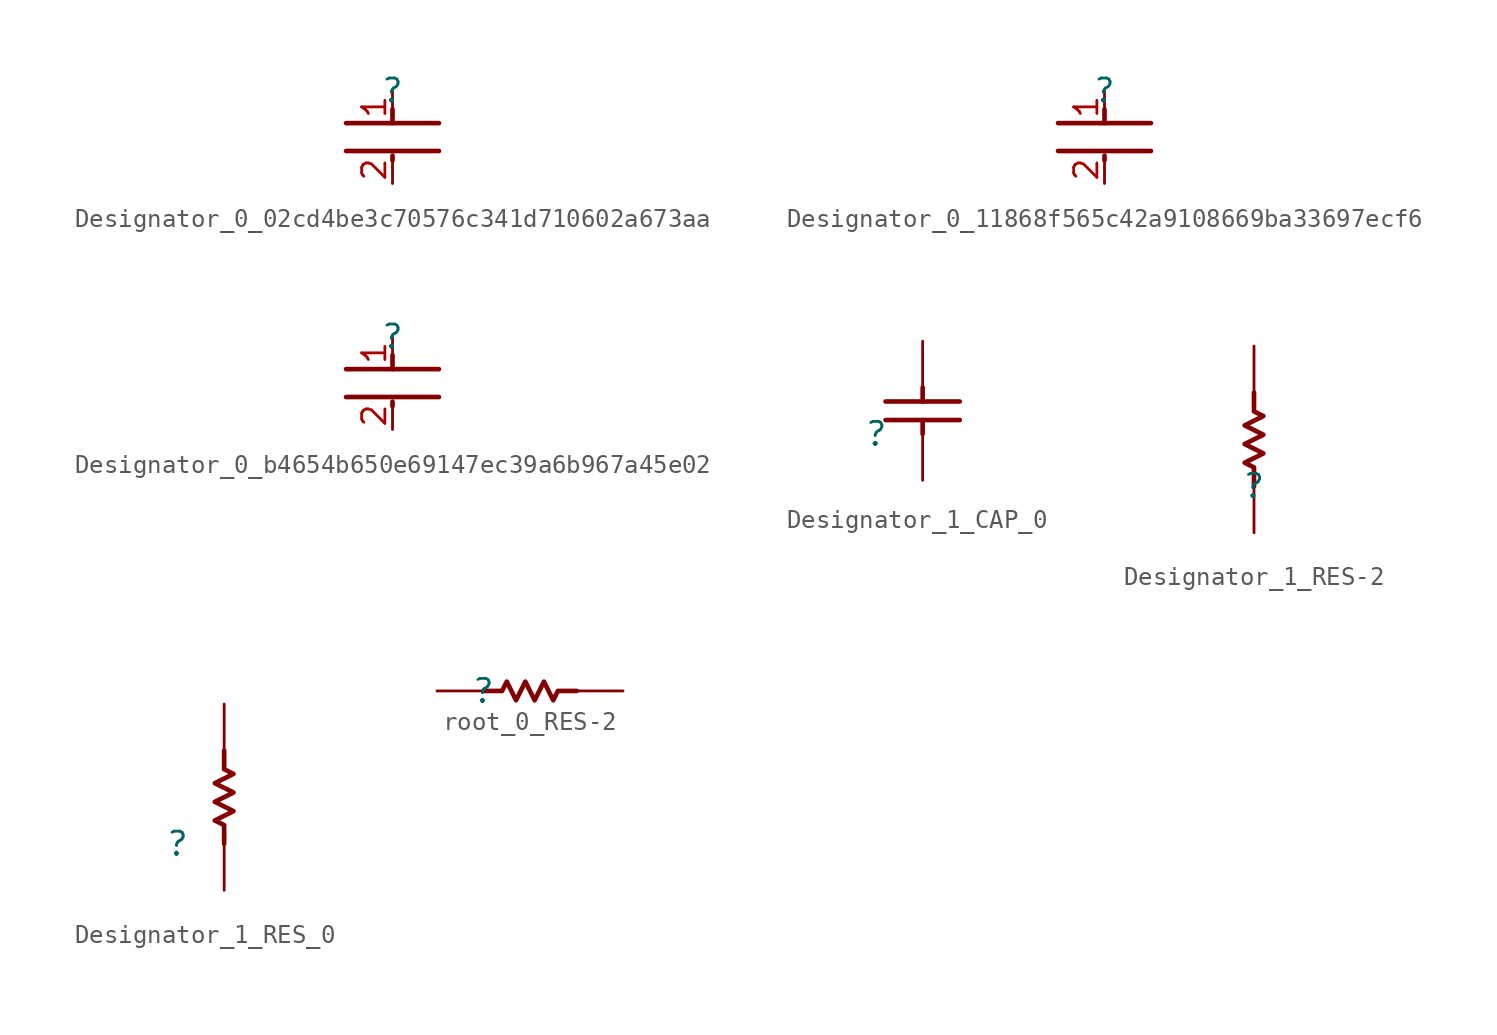
<source format=kicad_sym>
(kicad_symbol_lib
  (version 20231120)
  (generator "kicad_symbol_editor")
  (generator_version "8.0")
  (symbol "Designator_0_02cd4be3c70576c341d710602a673aa"
    (property "Reference" ""
      (at 0 0 0)
      (effects (font (size 1.27 1.27))))
    (property "Value" ""
      (at 0 0 0)
      (effects (font (size 1.27 1.27))))
    (symbol "Designator_0_02cd4be3c70576c341d710602a673aa_1_0"
      (polyline (pts (xy 0 -3.556) (xy 0 -3.81)) (stroke (width 0.254) (type solid)) (fill (type none)))
      (polyline (pts (xy 0 -1.778) (xy 0 -1.016)) (stroke (width 0.254) (type solid)) (fill (type none)))
      (polyline (pts (xy 2.54 -3.302) (xy -2.54 -3.302)) (stroke (width 0.254) (type solid)) (fill (type none)))
      (polyline (pts (xy 2.54 -1.778) (xy -2.54 -1.778)) (stroke (width 0.254) (type solid)) (fill (type none)))
      (pin passive line (at 0 0 270) (length 1.778) (name "1" (effects (font (size 0 0)))) (number "1" (effects (font (size 1.27 1.27)))))
      (pin passive line (at 0 -5.08 90) (length 1.524) (name "2" (effects (font (size 0 0)))) (number "2" (effects (font (size 1.27 1.27)))))))
  (symbol "Designator_0_11868f565c42a9108669ba33697ecf6"
    (property "Reference" ""
      (at 0 0 0)
      (effects (font (size 1.27 1.27))))
    (property "Value" ""
      (at 0 0 0)
      (effects (font (size 1.27 1.27))))
    (symbol "Designator_0_11868f565c42a9108669ba33697ecf6_1_0"
      (polyline (pts (xy 0 -3.556) (xy 0 -3.81)) (stroke (width 0.254) (type solid)) (fill (type none)))
      (polyline (pts (xy 0 -1.778) (xy 0 -1.016)) (stroke (width 0.254) (type solid)) (fill (type none)))
      (polyline (pts (xy 2.54 -3.302) (xy -2.54 -3.302)) (stroke (width 0.254) (type solid)) (fill (type none)))
      (polyline (pts (xy 2.54 -1.778) (xy -2.54 -1.778)) (stroke (width 0.254) (type solid)) (fill (type none)))
      (pin passive line (at 0 0 270) (length 1.778) (name "1" (effects (font (size 0 0)))) (number "1" (effects (font (size 1.27 1.27)))))
      (pin passive line (at 0 -5.08 90) (length 1.524) (name "2" (effects (font (size 0 0)))) (number "2" (effects (font (size 1.27 1.27)))))))
  (symbol "Designator_0_b4654b650e69147ec39a6b967a45e02"
    (property "Reference" ""
      (at 0 0 0)
      (effects (font (size 1.27 1.27))))
    (property "Value" ""
      (at 0 0 0)
      (effects (font (size 1.27 1.27))))
    (symbol "Designator_0_b4654b650e69147ec39a6b967a45e02_1_0"
      (polyline (pts (xy 0 -3.556) (xy 0 -3.81)) (stroke (width 0.254) (type solid)) (fill (type none)))
      (polyline (pts (xy 0 -1.778) (xy 0 -1.016)) (stroke (width 0.254) (type solid)) (fill (type none)))
      (polyline (pts (xy 2.54 -3.302) (xy -2.54 -3.302)) (stroke (width 0.254) (type solid)) (fill (type none)))
      (polyline (pts (xy 2.54 -1.778) (xy -2.54 -1.778)) (stroke (width 0.254) (type solid)) (fill (type none)))
      (pin passive line (at 0 0 270) (length 1.778) (name "1" (effects (font (size 0 0)))) (number "1" (effects (font (size 1.27 1.27)))))
      (pin passive line (at 0 -5.08 90) (length 1.524) (name "2" (effects (font (size 0 0)))) (number "2" (effects (font (size 1.27 1.27)))))))
  (symbol "Designator_1_CAP_0"
    (property "Reference" ""
      (at 0 0 0)
      (effects (font (size 1.27 1.27))))
    (property "Value" ""
      (at 0 0 0)
      (effects (font (size 1.27 1.27))))
    (symbol "Designator_1_CAP_0_1_0"
      (polyline (pts (xy 0.508 1.778) (xy 4.572 1.778)) (stroke (width 0.254) (type solid)) (fill (type none)))
      (polyline (pts (xy 2.54 0) (xy 2.54 0.762)) (stroke (width 0.254) (type solid)) (fill (type none)))
      (polyline (pts (xy 2.54 2.54) (xy 2.54 1.778)) (stroke (width 0.254) (type solid)) (fill (type none)))
      (polyline (pts (xy 4.572 0.762) (xy 0.508 0.762)) (stroke (width 0.254) (type solid)) (fill (type none)))
      (pin passive line (at 2.54 -2.54 90) (length 2.54) (name "1" (effects (font (size 0 0)))) (number "1" (effects (font (size 0 0)))))
      (pin passive line (at 2.54 5.08 270) (length 2.54) (name "2" (effects (font (size 0 0)))) (number "2" (effects (font (size 0 0)))))))
  (symbol "Designator_1_RES-2"
    (property "Reference" ""
      (at 0 0 0)
      (effects (font (size 1.27 1.27))))
    (property "Value" ""
      (at 0 0 0)
      (effects (font (size 1.27 1.27))))
    (symbol "Designator_1_RES-2_1_0"
      (polyline (pts (xy 0 5.08) (xy 0 4.064) (xy 0.508 3.81) (xy -0.508 3.302) (xy 0.508 2.794) (xy -0.508 2.286) (xy 0.508 1.778) (xy -0.508 1.27) (xy 0 1.016) (xy 0 0)) (stroke (width 0.254) (type solid)) (fill (type none)))
      (pin passive line (at 0 -2.54 90) (length 2.54) (name "1" (effects (font (size 0 0)))) (number "1" (effects (font (size 0 0)))))
      (pin passive line (at 0 7.62 270) (length 2.54) (name "2" (effects (font (size 0 0)))) (number "2" (effects (font (size 0 0)))))))
  (symbol "Designator_1_RES_0"
    (property "Reference" ""
      (at 0 0 0)
      (effects (font (size 1.27 1.27))))
    (property "Value" ""
      (at 0 0 0)
      (effects (font (size 1.27 1.27))))
    (symbol "Designator_1_RES_0_1_0"
      (polyline (pts (xy 2.54 5.08) (xy 2.54 4.064) (xy 3.048 3.81) (xy 2.032 3.302) (xy 3.048 2.794) (xy 2.032 2.286) (xy 3.048 1.778) (xy 2.032 1.27) (xy 2.54 1.016) (xy 2.54 0)) (stroke (width 0.254) (type solid)) (fill (type none)))
      (pin passive line (at 2.54 -2.54 90) (length 2.54) (name "1" (effects (font (size 0 0)))) (number "1" (effects (font (size 0 0)))))
      (pin passive line (at 2.54 7.62 270) (length 2.54) (name "2" (effects (font (size 0 0)))) (number "2" (effects (font (size 0 0)))))))
  (symbol "root_0_RES-2"
    (property "Reference" ""
      (at 0 0 0)
      (effects (font (size 1.27 1.27))))
    (property "Value" ""
      (at 0 0 0)
      (effects (font (size 1.27 1.27))))
    (symbol "root_0_RES-2_1_0"
      (polyline (pts (xy 5.08 0) (xy 4.064 0) (xy 3.81 -0.508) (xy 3.302 0.508) (xy 2.794 -0.508) (xy 2.286 0.508) (xy 1.778 -0.508) (xy 1.27 0.508) (xy 1.016 0) (xy 0 0)) (stroke (width 0.254) (type solid)) (fill (type none)))
      (pin passive line (at -2.54 0 0) (length 2.54) (name "1" (effects (font (size 0 0)))) (number "1" (effects (font (size 0 0)))))
      (pin passive line (at 7.62 0 180) (length 2.54) (name "2" (effects (font (size 0 0)))) (number "2" (effects (font (size 0 0))))))))
</source>
